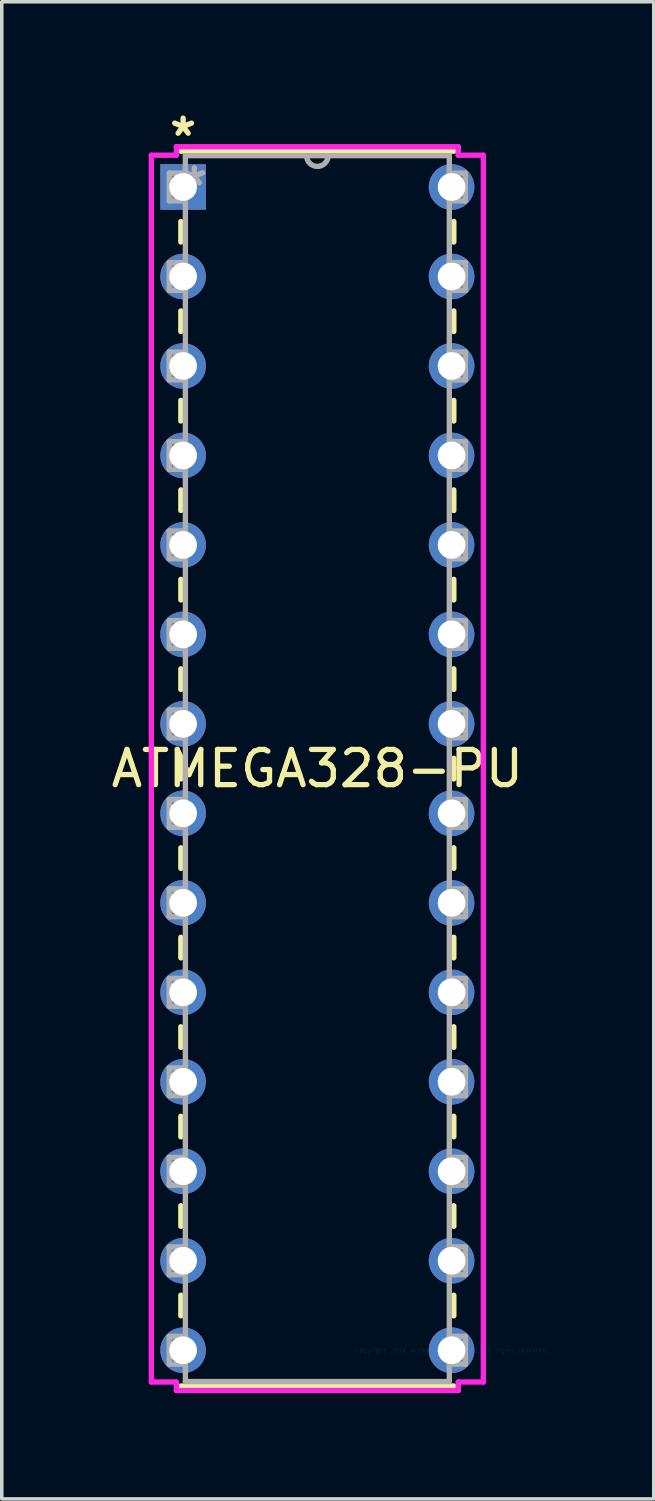
<source format=kicad_pcb>
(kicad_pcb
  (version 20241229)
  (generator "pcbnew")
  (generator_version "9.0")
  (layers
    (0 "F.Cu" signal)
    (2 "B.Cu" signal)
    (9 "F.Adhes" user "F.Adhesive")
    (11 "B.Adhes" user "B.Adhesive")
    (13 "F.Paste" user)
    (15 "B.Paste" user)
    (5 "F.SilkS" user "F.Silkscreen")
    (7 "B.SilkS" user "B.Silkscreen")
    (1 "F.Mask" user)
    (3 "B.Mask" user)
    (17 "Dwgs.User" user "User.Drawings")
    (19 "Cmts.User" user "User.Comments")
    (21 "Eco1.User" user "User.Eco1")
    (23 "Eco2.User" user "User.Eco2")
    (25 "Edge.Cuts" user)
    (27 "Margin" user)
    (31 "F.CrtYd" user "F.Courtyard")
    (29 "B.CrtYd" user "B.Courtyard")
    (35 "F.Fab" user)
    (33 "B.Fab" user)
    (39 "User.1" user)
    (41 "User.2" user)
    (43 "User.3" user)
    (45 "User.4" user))
  (footprint "ATMEGA328-PU"
    (layer "F.Cu")
    (at 9.768 35.278)
    (property "Reference" "ATMEGA328-PU" (at -3.81 -16.51 0) (layer "F.SilkS") (effects (font (size 1 1) (thickness 0.15))))
    (attr through_hole)
    (fp_line (start -7.684 -32.04) (end -7.684 -31.458) (stroke (width 0.152) (type solid)) (layer "F.SilkS"))
    (fp_line (start -7.684 -29.502) (end -7.684 -28.918) (stroke (width 0.152) (type solid)) (layer "F.SilkS"))
    (fp_line (start -7.684 -26.962) (end -7.684 -26.378) (stroke (width 0.152) (type solid)) (layer "F.SilkS"))
    (fp_line (start -7.684 -24.422) (end -7.684 -23.838) (stroke (width 0.152) (type solid)) (layer "F.SilkS"))
    (fp_line (start -7.684 -21.882) (end -7.684 -21.298) (stroke (width 0.152) (type solid)) (layer "F.SilkS"))
    (fp_line (start -7.684 -19.342) (end -7.684 -18.758) (stroke (width 0.152) (type solid)) (layer "F.SilkS"))
    (fp_line (start -7.684 -16.802) (end -7.684 -16.218) (stroke (width 0.152) (type solid)) (layer "F.SilkS"))
    (fp_line (start -7.684 -14.262) (end -7.684 -13.678) (stroke (width 0.152) (type solid)) (layer "F.SilkS"))
    (fp_line (start -7.684 -11.722) (end -7.684 -11.138) (stroke (width 0.152) (type solid)) (layer "F.SilkS"))
    (fp_line (start -7.684 -9.182) (end -7.684 -8.598) (stroke (width 0.152) (type solid)) (layer "F.SilkS"))
    (fp_line (start -7.684 -6.642) (end -7.684 -6.058) (stroke (width 0.152) (type solid)) (layer "F.SilkS"))
    (fp_line (start -7.684 -4.102) (end -7.684 -3.518) (stroke (width 0.152) (type solid)) (layer "F.SilkS"))
    (fp_line (start -7.684 -1.562) (end -7.684 -0.978) (stroke (width 0.152) (type solid)) (layer "F.SilkS"))
    (fp_line (start -7.684 1.016) (end 0.064 1.016) (stroke (width 0.152) (type solid)) (layer "F.SilkS"))
    (fp_line (start 0.064 -34.036) (end -7.684 -34.036) (stroke (width 0.152) (type solid)) (layer "F.SilkS"))
    (fp_line (start 0.064 -31.458) (end 0.064 -32.042) (stroke (width 0.152) (type solid)) (layer "F.SilkS"))
    (fp_line (start 0.064 -28.918) (end 0.064 -29.502) (stroke (width 0.152) (type solid)) (layer "F.SilkS"))
    (fp_line (start 0.064 -26.378) (end 0.064 -26.962) (stroke (width 0.152) (type solid)) (layer "F.SilkS"))
    (fp_line (start 0.064 -23.838) (end 0.064 -24.422) (stroke (width 0.152) (type solid)) (layer "F.SilkS"))
    (fp_line (start 0.064 -21.298) (end 0.064 -21.882) (stroke (width 0.152) (type solid)) (layer "F.SilkS"))
    (fp_line (start 0.064 -18.758) (end 0.064 -19.342) (stroke (width 0.152) (type solid)) (layer "F.SilkS"))
    (fp_line (start 0.064 -16.218) (end 0.064 -16.802) (stroke (width 0.152) (type solid)) (layer "F.SilkS"))
    (fp_line (start 0.064 -13.678) (end 0.064 -14.262) (stroke (width 0.152) (type solid)) (layer "F.SilkS"))
    (fp_line (start 0.064 -11.138) (end 0.064 -11.722) (stroke (width 0.152) (type solid)) (layer "F.SilkS"))
    (fp_line (start 0.064 -8.598) (end 0.064 -9.182) (stroke (width 0.152) (type solid)) (layer "F.SilkS"))
    (fp_line (start 0.064 -6.058) (end 0.064 -6.642) (stroke (width 0.152) (type solid)) (layer "F.SilkS"))
    (fp_line (start 0.064 -3.518) (end 0.064 -4.102) (stroke (width 0.152) (type solid)) (layer "F.SilkS"))
    (fp_line (start 0.064 -0.978) (end 0.064 -1.562) (stroke (width 0.152) (type solid)) (layer "F.SilkS"))
    (fp_line (start -8.522 -33.922) (end -8.522 0.902) (stroke (width 0.152) (type solid)) (layer "F.CrtYd"))
    (fp_line (start -8.522 0.902) (end -7.811 0.902) (stroke (width 0.152) (type solid)) (layer "F.CrtYd"))
    (fp_line (start -7.811 -34.163) (end -7.811 -33.922) (stroke (width 0.152) (type solid)) (layer "F.CrtYd"))
    (fp_line (start -7.811 -33.922) (end -8.522 -33.922) (stroke (width 0.152) (type solid)) (layer "F.CrtYd"))
    (fp_line (start -7.811 0.902) (end -7.811 1.143) (stroke (width 0.152) (type solid)) (layer "F.CrtYd"))
    (fp_line (start -7.811 1.143) (end 0.191 1.143) (stroke (width 0.152) (type solid)) (layer "F.CrtYd"))
    (fp_line (start 0.191 -34.163) (end -7.811 -34.163) (stroke (width 0.152) (type solid)) (layer "F.CrtYd"))
    (fp_line (start 0.191 -33.922) (end 0.191 -34.163) (stroke (width 0.152) (type solid)) (layer "F.CrtYd"))
    (fp_line (start 0.191 0.902) (end 0.902 0.902) (stroke (width 0.152) (type solid)) (layer "F.CrtYd"))
    (fp_line (start 0.191 1.143) (end 0.191 0.902) (stroke (width 0.152) (type solid)) (layer "F.CrtYd"))
    (fp_line (start 0.902 -33.922) (end 0.191 -33.922) (stroke (width 0.152) (type solid)) (layer "F.CrtYd"))
    (fp_line (start 0.902 0.902) (end 0.902 -33.922) (stroke (width 0.152) (type solid)) (layer "F.CrtYd"))
    (fp_line (start -8.014 -33.414) (end -8.014 -32.626) (stroke (width 0.152) (type solid)) (layer "F.Fab"))
    (fp_line (start -8.014 -32.626) (end -7.556 -32.626) (stroke (width 0.152) (type solid)) (layer "F.Fab"))
    (fp_line (start -8.014 -30.874) (end -8.014 -30.086) (stroke (width 0.152) (type solid)) (layer "F.Fab"))
    (fp_line (start -8.014 -30.086) (end -7.556 -30.086) (stroke (width 0.152) (type solid)) (layer "F.Fab"))
    (fp_line (start -8.014 -28.334) (end -8.014 -27.546) (stroke (width 0.152) (type solid)) (layer "F.Fab"))
    (fp_line (start -8.014 -27.546) (end -7.556 -27.546) (stroke (width 0.152) (type solid)) (layer "F.Fab"))
    (fp_line (start -8.014 -25.794) (end -8.014 -25.006) (stroke (width 0.152) (type solid)) (layer "F.Fab"))
    (fp_line (start -8.014 -25.006) (end -7.556 -25.006) (stroke (width 0.152) (type solid)) (layer "F.Fab"))
    (fp_line (start -8.014 -23.254) (end -8.014 -22.466) (stroke (width 0.152) (type solid)) (layer "F.Fab"))
    (fp_line (start -8.014 -22.466) (end -7.556 -22.466) (stroke (width 0.152) (type solid)) (layer "F.Fab"))
    (fp_line (start -8.014 -20.714) (end -8.014 -19.926) (stroke (width 0.152) (type solid)) (layer "F.Fab"))
    (fp_line (start -8.014 -19.926) (end -7.556 -19.926) (stroke (width 0.152) (type solid)) (layer "F.Fab"))
    (fp_line (start -8.014 -18.174) (end -8.014 -17.386) (stroke (width 0.152) (type solid)) (layer "F.Fab"))
    (fp_line (start -8.014 -17.386) (end -7.556 -17.386) (stroke (width 0.152) (type solid)) (layer "F.Fab"))
    (fp_line (start -8.014 -15.634) (end -8.014 -14.846) (stroke (width 0.152) (type solid)) (layer "F.Fab"))
    (fp_line (start -8.014 -14.846) (end -7.556 -14.846) (stroke (width 0.152) (type solid)) (layer "F.Fab"))
    (fp_line (start -8.014 -13.094) (end -8.014 -12.306) (stroke (width 0.152) (type solid)) (layer "F.Fab"))
    (fp_line (start -8.014 -12.306) (end -7.556 -12.306) (stroke (width 0.152) (type solid)) (layer "F.Fab"))
    (fp_line (start -8.014 -10.554) (end -8.014 -9.766) (stroke (width 0.152) (type solid)) (layer "F.Fab"))
    (fp_line (start -8.014 -9.766) (end -7.556 -9.766) (stroke (width 0.152) (type solid)) (layer "F.Fab"))
    (fp_line (start -8.014 -8.014) (end -8.014 -7.226) (stroke (width 0.152) (type solid)) (layer "F.Fab"))
    (fp_line (start -8.014 -7.226) (end -7.556 -7.226) (stroke (width 0.152) (type solid)) (layer "F.Fab"))
    (fp_line (start -8.014 -5.474) (end -8.014 -4.686) (stroke (width 0.152) (type solid)) (layer "F.Fab"))
    (fp_line (start -8.014 -4.686) (end -7.556 -4.686) (stroke (width 0.152) (type solid)) (layer "F.Fab"))
    (fp_line (start -8.014 -2.934) (end -8.014 -2.146) (stroke (width 0.152) (type solid)) (layer "F.Fab"))
    (fp_line (start -8.014 -2.146) (end -7.556 -2.146) (stroke (width 0.152) (type solid)) (layer "F.Fab"))
    (fp_line (start -8.014 -0.394) (end -8.014 0.394) (stroke (width 0.152) (type solid)) (layer "F.Fab"))
    (fp_line (start -8.014 0.394) (end -7.556 0.394) (stroke (width 0.152) (type solid)) (layer "F.Fab"))
    (fp_line (start -7.556 -33.909) (end -7.556 0.889) (stroke (width 0.152) (type solid)) (layer "F.Fab"))
    (fp_line (start -7.556 -33.414) (end -8.014 -33.414) (stroke (width 0.152) (type solid)) (layer "F.Fab"))
    (fp_line (start -7.556 -32.626) (end -7.556 -33.414) (stroke (width 0.152) (type solid)) (layer "F.Fab"))
    (fp_line (start -7.556 -30.874) (end -8.014 -30.874) (stroke (width 0.152) (type solid)) (layer "F.Fab"))
    (fp_line (start -7.556 -30.086) (end -7.556 -30.874) (stroke (width 0.152) (type solid)) (layer "F.Fab"))
    (fp_line (start -7.556 -28.334) (end -8.014 -28.334) (stroke (width 0.152) (type solid)) (layer "F.Fab"))
    (fp_line (start -7.556 -27.546) (end -7.556 -28.334) (stroke (width 0.152) (type solid)) (layer "F.Fab"))
    (fp_line (start -7.556 -25.794) (end -8.014 -25.794) (stroke (width 0.152) (type solid)) (layer "F.Fab"))
    (fp_line (start -7.556 -25.006) (end -7.556 -25.794) (stroke (width 0.152) (type solid)) (layer "F.Fab"))
    (fp_line (start -7.556 -23.254) (end -8.014 -23.254) (stroke (width 0.152) (type solid)) (layer "F.Fab"))
    (fp_line (start -7.556 -22.466) (end -7.556 -23.254) (stroke (width 0.152) (type solid)) (layer "F.Fab"))
    (fp_line (start -7.556 -20.714) (end -8.014 -20.714) (stroke (width 0.152) (type solid)) (layer "F.Fab"))
    (fp_line (start -7.556 -19.926) (end -7.556 -20.714) (stroke (width 0.152) (type solid)) (layer "F.Fab"))
    (fp_line (start -7.556 -18.174) (end -8.014 -18.174) (stroke (width 0.152) (type solid)) (layer "F.Fab"))
    (fp_line (start -7.556 -17.386) (end -7.556 -18.174) (stroke (width 0.152) (type solid)) (layer "F.Fab"))
    (fp_line (start -7.556 -15.634) (end -8.014 -15.634) (stroke (width 0.152) (type solid)) (layer "F.Fab"))
    (fp_line (start -7.556 -14.846) (end -7.556 -15.634) (stroke (width 0.152) (type solid)) (layer "F.Fab"))
    (fp_line (start -7.556 -13.094) (end -8.014 -13.094) (stroke (width 0.152) (type solid)) (layer "F.Fab"))
    (fp_line (start -7.556 -12.306) (end -7.556 -13.094) (stroke (width 0.152) (type solid)) (layer "F.Fab"))
    (fp_line (start -7.556 -10.554) (end -8.014 -10.554) (stroke (width 0.152) (type solid)) (layer "F.Fab"))
    (fp_line (start -7.556 -9.766) (end -7.556 -10.554) (stroke (width 0.152) (type solid)) (layer "F.Fab"))
    (fp_line (start -7.556 -8.014) (end -8.014 -8.014) (stroke (width 0.152) (type solid)) (layer "F.Fab"))
    (fp_line (start -7.556 -7.226) (end -7.556 -8.014) (stroke (width 0.152) (type solid)) (layer "F.Fab"))
    (fp_line (start -7.556 -5.474) (end -8.014 -5.474) (stroke (width 0.152) (type solid)) (layer "F.Fab"))
    (fp_line (start -7.556 -4.686) (end -7.556 -5.474) (stroke (width 0.152) (type solid)) (layer "F.Fab"))
    (fp_line (start -7.556 -2.934) (end -8.014 -2.934) (stroke (width 0.152) (type solid)) (layer "F.Fab"))
    (fp_line (start -7.556 -2.146) (end -7.556 -2.934) (stroke (width 0.152) (type solid)) (layer "F.Fab"))
    (fp_line (start -7.556 -0.394) (end -8.014 -0.394) (stroke (width 0.152) (type solid)) (layer "F.Fab"))
    (fp_line (start -7.556 0.394) (end -7.556 -0.394) (stroke (width 0.152) (type solid)) (layer "F.Fab"))
    (fp_line (start -7.556 0.889) (end -0.064 0.889) (stroke (width 0.152) (type solid)) (layer "F.Fab"))
    (fp_line (start -0.064 -33.909) (end -7.556 -33.909) (stroke (width 0.152) (type solid)) (layer "F.Fab"))
    (fp_line (start -0.064 -33.414) (end -0.064 -32.626) (stroke (width 0.152) (type solid)) (layer "F.Fab"))
    (fp_line (start -0.064 -32.626) (end 0.394 -32.626) (stroke (width 0.152) (type solid)) (layer "F.Fab"))
    (fp_line (start -0.064 -30.874) (end -0.064 -30.086) (stroke (width 0.152) (type solid)) (layer "F.Fab"))
    (fp_line (start -0.064 -30.086) (end 0.394 -30.086) (stroke (width 0.152) (type solid)) (layer "F.Fab"))
    (fp_line (start -0.064 -28.334) (end -0.064 -27.546) (stroke (width 0.152) (type solid)) (layer "F.Fab"))
    (fp_line (start -0.064 -27.546) (end 0.394 -27.546) (stroke (width 0.152) (type solid)) (layer "F.Fab"))
    (fp_line (start -0.064 -25.794) (end -0.064 -25.006) (stroke (width 0.152) (type solid)) (layer "F.Fab"))
    (fp_line (start -0.064 -25.006) (end 0.394 -25.006) (stroke (width 0.152) (type solid)) (layer "F.Fab"))
    (fp_line (start -0.064 -23.254) (end -0.064 -22.466) (stroke (width 0.152) (type solid)) (layer "F.Fab"))
    (fp_line (start -0.064 -22.466) (end 0.394 -22.466) (stroke (width 0.152) (type solid)) (layer "F.Fab"))
    (fp_line (start -0.064 -20.714) (end -0.064 -19.926) (stroke (width 0.152) (type solid)) (layer "F.Fab"))
    (fp_line (start -0.064 -19.926) (end 0.394 -19.926) (stroke (width 0.152) (type solid)) (layer "F.Fab"))
    (fp_line (start -0.064 -18.174) (end -0.064 -17.386) (stroke (width 0.152) (type solid)) (layer "F.Fab"))
    (fp_line (start -0.064 -17.386) (end 0.394 -17.386) (stroke (width 0.152) (type solid)) (layer "F.Fab"))
    (fp_line (start -0.064 -15.634) (end -0.064 -14.846) (stroke (width 0.152) (type solid)) (layer "F.Fab"))
    (fp_line (start -0.064 -14.846) (end 0.394 -14.846) (stroke (width 0.152) (type solid)) (layer "F.Fab"))
    (fp_line (start -0.064 -13.094) (end -0.064 -12.306) (stroke (width 0.152) (type solid)) (layer "F.Fab"))
    (fp_line (start -0.064 -12.306) (end 0.394 -12.306) (stroke (width 0.152) (type solid)) (layer "F.Fab"))
    (fp_line (start -0.064 -10.554) (end -0.064 -9.766) (stroke (width 0.152) (type solid)) (layer "F.Fab"))
    (fp_line (start -0.064 -9.766) (end 0.394 -9.766) (stroke (width 0.152) (type solid)) (layer "F.Fab"))
    (fp_line (start -0.064 -8.014) (end -0.064 -7.226) (stroke (width 0.152) (type solid)) (layer "F.Fab"))
    (fp_line (start -0.064 -7.226) (end 0.394 -7.226) (stroke (width 0.152) (type solid)) (layer "F.Fab"))
    (fp_line (start -0.064 -5.474) (end -0.064 -4.686) (stroke (width 0.152) (type solid)) (layer "F.Fab"))
    (fp_line (start -0.064 -4.686) (end 0.394 -4.686) (stroke (width 0.152) (type solid)) (layer "F.Fab"))
    (fp_line (start -0.064 -2.934) (end -0.064 -2.146) (stroke (width 0.152) (type solid)) (layer "F.Fab"))
    (fp_line (start -0.064 -2.146) (end 0.394 -2.146) (stroke (width 0.152) (type solid)) (layer "F.Fab"))
    (fp_line (start -0.064 -0.394) (end -0.064 0.394) (stroke (width 0.152) (type solid)) (layer "F.Fab"))
    (fp_line (start -0.064 0.394) (end 0.394 0.394) (stroke (width 0.152) (type solid)) (layer "F.Fab"))
    (fp_line (start -0.064 0.889) (end -0.064 -33.909) (stroke (width 0.152) (type solid)) (layer "F.Fab"))
    (fp_line (start 0.394 -33.414) (end -0.064 -33.414) (stroke (width 0.152) (type solid)) (layer "F.Fab"))
    (fp_line (start 0.394 -32.626) (end 0.394 -33.414) (stroke (width 0.152) (type solid)) (layer "F.Fab"))
    (fp_line (start 0.394 -30.874) (end -0.064 -30.874) (stroke (width 0.152) (type solid)) (layer "F.Fab"))
    (fp_line (start 0.394 -30.086) (end 0.394 -30.874) (stroke (width 0.152) (type solid)) (layer "F.Fab"))
    (fp_line (start 0.394 -28.334) (end -0.064 -28.334) (stroke (width 0.152) (type solid)) (layer "F.Fab"))
    (fp_line (start 0.394 -27.546) (end 0.394 -28.334) (stroke (width 0.152) (type solid)) (layer "F.Fab"))
    (fp_line (start 0.394 -25.794) (end -0.064 -25.794) (stroke (width 0.152) (type solid)) (layer "F.Fab"))
    (fp_line (start 0.394 -25.006) (end 0.394 -25.794) (stroke (width 0.152) (type solid)) (layer "F.Fab"))
    (fp_line (start 0.394 -23.254) (end -0.064 -23.254) (stroke (width 0.152) (type solid)) (layer "F.Fab"))
    (fp_line (start 0.394 -22.466) (end 0.394 -23.254) (stroke (width 0.152) (type solid)) (layer "F.Fab"))
    (fp_line (start 0.394 -20.714) (end -0.064 -20.714) (stroke (width 0.152) (type solid)) (layer "F.Fab"))
    (fp_line (start 0.394 -19.926) (end 0.394 -20.714) (stroke (width 0.152) (type solid)) (layer "F.Fab"))
    (fp_line (start 0.394 -18.174) (end -0.064 -18.174) (stroke (width 0.152) (type solid)) (layer "F.Fab"))
    (fp_line (start 0.394 -17.386) (end 0.394 -18.174) (stroke (width 0.152) (type solid)) (layer "F.Fab"))
    (fp_line (start 0.394 -15.634) (end -0.064 -15.634) (stroke (width 0.152) (type solid)) (layer "F.Fab"))
    (fp_line (start 0.394 -14.846) (end 0.394 -15.634) (stroke (width 0.152) (type solid)) (layer "F.Fab"))
    (fp_line (start 0.394 -13.094) (end -0.064 -13.094) (stroke (width 0.152) (type solid)) (layer "F.Fab"))
    (fp_line (start 0.394 -12.306) (end 0.394 -13.094) (stroke (width 0.152) (type solid)) (layer "F.Fab"))
    (fp_line (start 0.394 -10.554) (end -0.064 -10.554) (stroke (width 0.152) (type solid)) (layer "F.Fab"))
    (fp_line (start 0.394 -9.766) (end 0.394 -10.554) (stroke (width 0.152) (type solid)) (layer "F.Fab"))
    (fp_line (start 0.394 -8.014) (end -0.064 -8.014) (stroke (width 0.152) (type solid)) (layer "F.Fab"))
    (fp_line (start 0.394 -7.226) (end 0.394 -8.014) (stroke (width 0.152) (type solid)) (layer "F.Fab"))
    (fp_line (start 0.394 -5.474) (end -0.064 -5.474) (stroke (width 0.152) (type solid)) (layer "F.Fab"))
    (fp_line (start 0.394 -4.686) (end 0.394 -5.474) (stroke (width 0.152) (type solid)) (layer "F.Fab"))
    (fp_line (start 0.394 -2.934) (end -0.064 -2.934) (stroke (width 0.152) (type solid)) (layer "F.Fab"))
    (fp_line (start 0.394 -2.146) (end 0.394 -2.934) (stroke (width 0.152) (type solid)) (layer "F.Fab"))
    (fp_line (start 0.394 -0.394) (end -0.064 -0.394) (stroke (width 0.152) (type solid)) (layer "F.Fab"))
    (fp_line (start 0.394 0.394) (end 0.394 -0.394) (stroke (width 0.152) (type solid)) (layer "F.Fab"))
    (fp_arc (start -3.5052 -33.909) (mid -3.81 -33.6042) (end -4.1148 -33.909) (stroke (width 0.1524) (type solid)) (layer "F.Fab"))
    (fp_text user "*" (at -7.62 -34.43 0) (layer "F.SilkS") (effects (font (size 1 1) (thickness 0.15))))
    (fp_text user "Copyright 2016 Accelerated Designs. All rights reserved." (at 0 0 0) (layer "Cmts.User") (effects (font (size 0.127 0.127) (thickness 0.002))))
    (fp_text user "*" (at -7.303 -33.02 0) (layer "F.Fab") (effects (font (size 1 1) (thickness 0.15))))
    (pad "1" thru_hole rect (at -7.62 -33.02) (size 1.295 1.295) (drill 0.787) (layers "*.Cu" "*.Mask"))
    (pad "2" thru_hole circle (at -7.62 -30.48) (size 1.295 1.295) (drill 0.787) (layers "*.Cu" "*.Mask"))
    (pad "3" thru_hole circle (at -7.62 -27.94) (size 1.295 1.295) (drill 0.787) (layers "*.Cu" "*.Mask"))
    (pad "4" thru_hole circle (at -7.62 -25.4) (size 1.295 1.295) (drill 0.787) (layers "*.Cu" "*.Mask"))
    (pad "5" thru_hole circle (at -7.62 -22.86) (size 1.295 1.295) (drill 0.787) (layers "*.Cu" "*.Mask"))
    (pad "6" thru_hole circle (at -7.62 -20.32) (size 1.295 1.295) (drill 0.787) (layers "*.Cu" "*.Mask"))
    (pad "7" thru_hole circle (at -7.62 -17.78) (size 1.295 1.295) (drill 0.787) (layers "*.Cu" "*.Mask"))
    (pad "8" thru_hole circle (at -7.62 -15.24) (size 1.295 1.295) (drill 0.787) (layers "*.Cu" "*.Mask"))
    (pad "9" thru_hole circle (at -7.62 -12.7) (size 1.295 1.295) (drill 0.787) (layers "*.Cu" "*.Mask"))
    (pad "10" thru_hole circle (at -7.62 -10.16) (size 1.295 1.295) (drill 0.787) (layers "*.Cu" "*.Mask"))
    (pad "11" thru_hole circle (at -7.62 -7.62) (size 1.295 1.295) (drill 0.787) (layers "*.Cu" "*.Mask"))
    (pad "12" thru_hole circle (at -7.62 -5.08) (size 1.295 1.295) (drill 0.787) (layers "*.Cu" "*.Mask"))
    (pad "13" thru_hole circle (at -7.62 -2.54) (size 1.295 1.295) (drill 0.787) (layers "*.Cu" "*.Mask"))
    (pad "14" thru_hole circle (at -7.62 0) (size 1.295 1.295) (drill 0.787) (layers "*.Cu" "*.Mask"))
    (pad "15" thru_hole circle (at 0 0) (size 1.295 1.295) (drill 0.787) (layers "*.Cu" "*.Mask"))
    (pad "16" thru_hole circle (at 0 -2.54) (size 1.295 1.295) (drill 0.787) (layers "*.Cu" "*.Mask"))
    (pad "17" thru_hole circle (at 0 -5.08) (size 1.295 1.295) (drill 0.787) (layers "*.Cu" "*.Mask"))
    (pad "18" thru_hole circle (at 0 -7.62) (size 1.295 1.295) (drill 0.787) (layers "*.Cu" "*.Mask"))
    (pad "19" thru_hole circle (at 0 -10.16) (size 1.295 1.295) (drill 0.787) (layers "*.Cu" "*.Mask"))
    (pad "20" thru_hole circle (at 0 -12.7) (size 1.295 1.295) (drill 0.787) (layers "*.Cu" "*.Mask"))
    (pad "21" thru_hole circle (at 0 -15.24) (size 1.295 1.295) (drill 0.787) (layers "*.Cu" "*.Mask"))
    (pad "22" thru_hole circle (at 0 -17.78) (size 1.295 1.295) (drill 0.787) (layers "*.Cu" "*.Mask"))
    (pad "23" thru_hole circle (at 0 -20.32) (size 1.295 1.295) (drill 0.787) (layers "*.Cu" "*.Mask"))
    (pad "24" thru_hole circle (at 0 -22.86) (size 1.295 1.295) (drill 0.787) (layers "*.Cu" "*.Mask"))
    (pad "25" thru_hole circle (at 0 -25.4) (size 1.295 1.295) (drill 0.787) (layers "*.Cu" "*.Mask"))
    (pad "26" thru_hole circle (at 0 -27.94) (size 1.295 1.295) (drill 0.787) (layers "*.Cu" "*.Mask"))
    (pad "27" thru_hole circle (at 0 -30.48) (size 1.295 1.295) (drill 0.787) (layers "*.Cu" "*.Mask"))
    (pad "28" thru_hole circle (at 0 -33.02) (size 1.295 1.295) (drill 0.787) (layers "*.Cu" "*.Mask")))
  (gr_rect
    (start -3 -3)
    (end 15.507 39.497)
    (stroke (width 0.1) (type default))
    (fill no)
    (layer "Edge.Cuts")))
</source>
